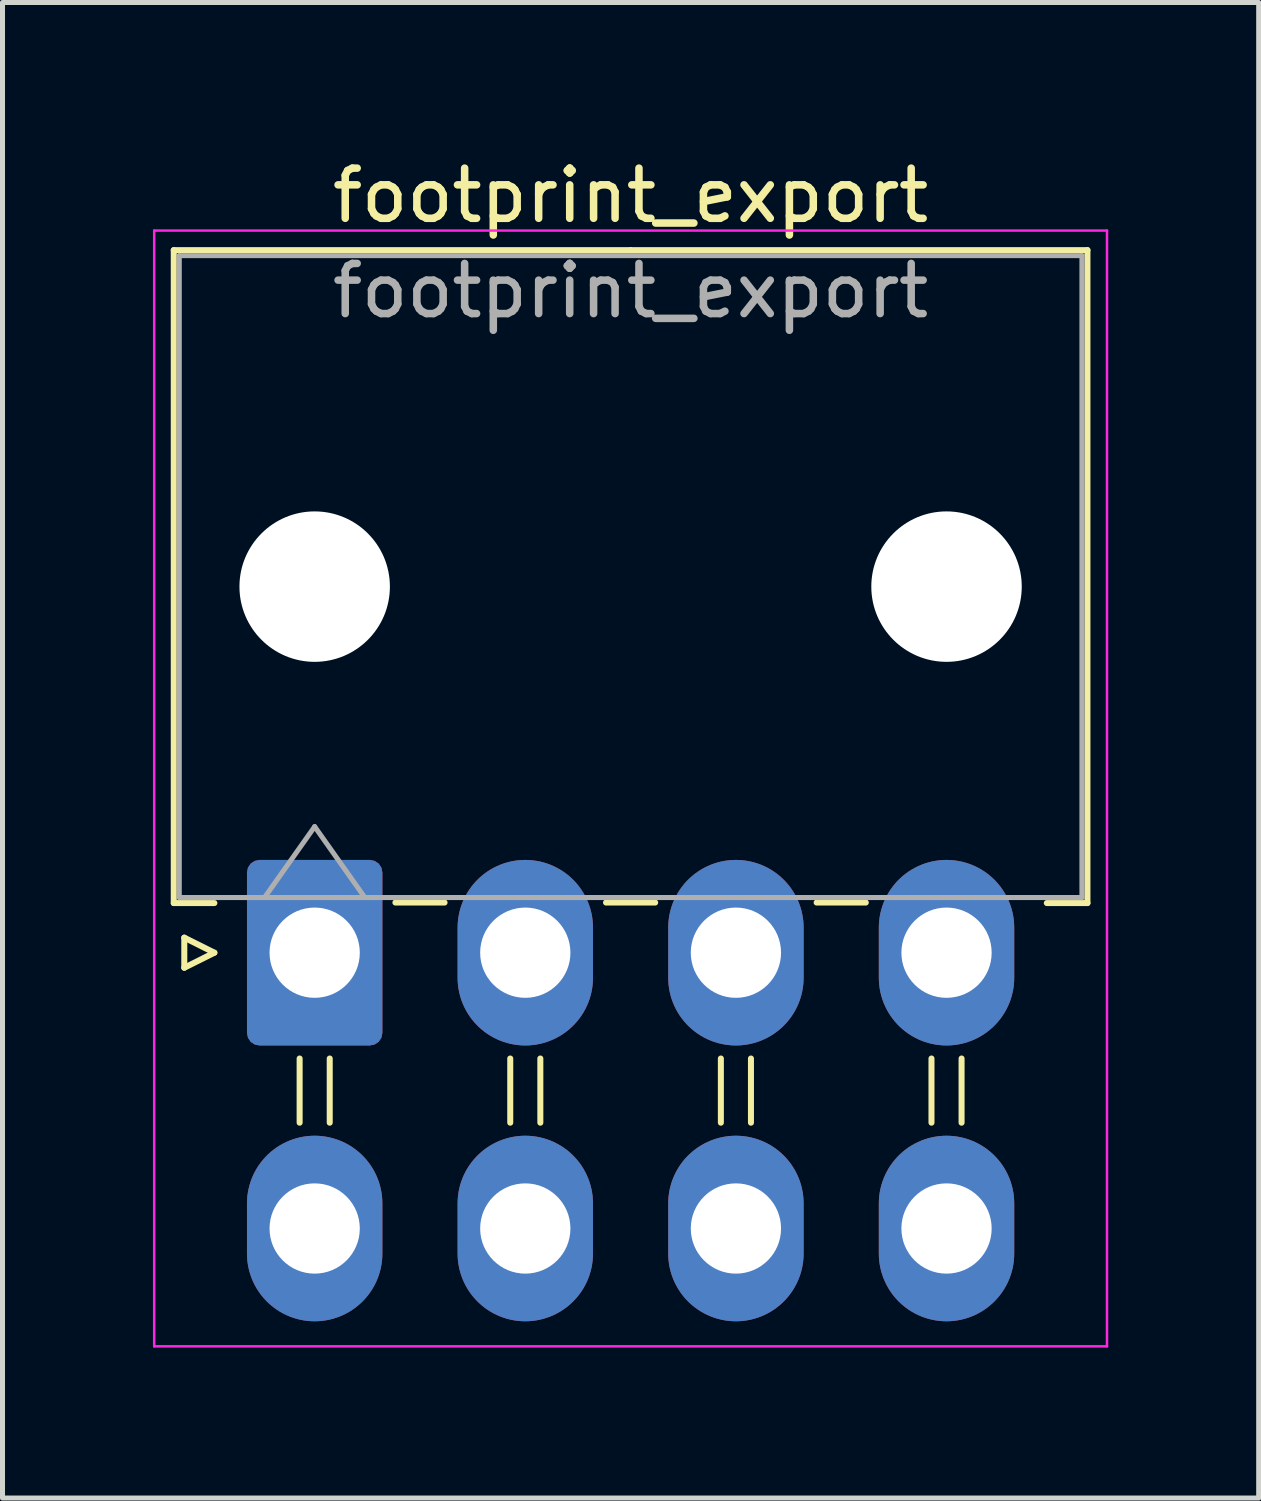
<source format=kicad_pcb>
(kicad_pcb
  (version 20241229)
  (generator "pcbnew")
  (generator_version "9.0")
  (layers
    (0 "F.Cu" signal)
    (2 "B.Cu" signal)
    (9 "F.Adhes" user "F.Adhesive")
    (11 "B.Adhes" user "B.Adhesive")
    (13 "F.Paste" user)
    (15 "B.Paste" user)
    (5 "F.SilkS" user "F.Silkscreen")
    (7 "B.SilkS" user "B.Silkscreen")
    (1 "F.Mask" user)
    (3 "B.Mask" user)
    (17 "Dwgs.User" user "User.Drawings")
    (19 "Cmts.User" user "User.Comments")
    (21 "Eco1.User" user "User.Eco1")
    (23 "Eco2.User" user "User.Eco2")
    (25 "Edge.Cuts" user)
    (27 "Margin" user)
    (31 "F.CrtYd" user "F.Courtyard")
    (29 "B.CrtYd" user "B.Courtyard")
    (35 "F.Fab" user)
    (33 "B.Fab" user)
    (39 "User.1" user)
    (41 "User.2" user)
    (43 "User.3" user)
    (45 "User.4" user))
  (footprint "footprint_export"
    (layer "F.Cu")
    (at 3.225 15.948)
    (property "Reference" "footprint_export" (at 6.3 -15.1 0) (layer "F.SilkS") (effects (font (size 1 1) (thickness 0.15))))
    (attr through_hole)
    (fp_line (start -2.81 -14.01) (end 6.3 -14.01) (stroke (width 0.12) (type solid)) (layer "F.SilkS"))
    (fp_line (start -2.81 -0.99) (end -2.81 -14.01) (stroke (width 0.12) (type solid)) (layer "F.SilkS"))
    (fp_line (start -2.6 -0.3) (end -2 0) (stroke (width 0.12) (type solid)) (layer "F.SilkS"))
    (fp_line (start -2.6 0.3) (end -2.6 -0.3) (stroke (width 0.12) (type solid)) (layer "F.SilkS"))
    (fp_line (start -2 -0.99) (end -2.81 -0.99) (stroke (width 0.12) (type solid)) (layer "F.SilkS"))
    (fp_line (start -2 0) (end -2.6 0.3) (stroke (width 0.12) (type solid)) (layer "F.SilkS"))
    (fp_line (start -0.3 2.11) (end -0.3 3.39) (stroke (width 0.12) (type solid)) (layer "F.SilkS"))
    (fp_line (start 0.3 2.11) (end 0.3 3.39) (stroke (width 0.12) (type solid)) (layer "F.SilkS"))
    (fp_line (start 1.61 -1) (end 2.59 -1) (stroke (width 0.12) (type solid)) (layer "F.SilkS"))
    (fp_line (start 3.9 2.11) (end 3.9 3.39) (stroke (width 0.12) (type solid)) (layer "F.SilkS"))
    (fp_line (start 4.5 2.11) (end 4.5 3.39) (stroke (width 0.12) (type solid)) (layer "F.SilkS"))
    (fp_line (start 5.81 -1) (end 6.79 -1) (stroke (width 0.12) (type solid)) (layer "F.SilkS"))
    (fp_line (start 8.1 2.11) (end 8.1 3.39) (stroke (width 0.12) (type solid)) (layer "F.SilkS"))
    (fp_line (start 8.7 2.11) (end 8.7 3.39) (stroke (width 0.12) (type solid)) (layer "F.SilkS"))
    (fp_line (start 10.01 -1) (end 10.99 -1) (stroke (width 0.12) (type solid)) (layer "F.SilkS"))
    (fp_line (start 12.3 2.11) (end 12.3 3.39) (stroke (width 0.12) (type solid)) (layer "F.SilkS"))
    (fp_line (start 12.9 2.11) (end 12.9 3.39) (stroke (width 0.12) (type solid)) (layer "F.SilkS"))
    (fp_line (start 14.6 -0.99) (end 15.41 -0.99) (stroke (width 0.12) (type solid)) (layer "F.SilkS"))
    (fp_line (start 15.41 -14.01) (end 6.3 -14.01) (stroke (width 0.12) (type solid)) (layer "F.SilkS"))
    (fp_line (start 15.41 -0.99) (end 15.41 -14.01) (stroke (width 0.12) (type solid)) (layer "F.SilkS"))
    (fp_line (start -3.2 -14.4) (end -3.2 7.85) (stroke (width 0.05) (type solid)) (layer "F.CrtYd"))
    (fp_line (start -3.2 7.85) (end 15.8 7.85) (stroke (width 0.05) (type solid)) (layer "F.CrtYd"))
    (fp_line (start 15.8 -14.4) (end -3.2 -14.4) (stroke (width 0.05) (type solid)) (layer "F.CrtYd"))
    (fp_line (start 15.8 7.85) (end 15.8 -14.4) (stroke (width 0.05) (type solid)) (layer "F.CrtYd"))
    (fp_line (start -2.7 -13.9) (end -2.7 -1.1) (stroke (width 0.1) (type solid)) (layer "F.Fab"))
    (fp_line (start -2.7 -1.1) (end 15.3 -1.1) (stroke (width 0.1) (type solid)) (layer "F.Fab"))
    (fp_line (start -1 -1.1) (end 0 -2.514) (stroke (width 0.1) (type solid)) (layer "F.Fab"))
    (fp_line (start 0 -2.514) (end 1 -1.1) (stroke (width 0.1) (type solid)) (layer "F.Fab"))
    (fp_line (start 15.3 -13.9) (end -2.7 -13.9) (stroke (width 0.1) (type solid)) (layer "F.Fab"))
    (fp_line (start 15.3 -1.1) (end 15.3 -13.9) (stroke (width 0.1) (type solid)) (layer "F.Fab"))
    (fp_text user "${REFERENCE}" (at 6.3 -13.2 0) (layer "F.Fab") (effects (font (size 1 1) (thickness 0.15))))
    (pad "" np_thru_hole circle (at 0 -7.3) (size 3 3) (drill 3) (layers "*.Cu" "*.Mask"))
    (pad "" np_thru_hole circle (at 12.6 -7.3) (size 3 3) (drill 3) (layers "*.Cu" "*.Mask"))
    (pad "1" thru_hole roundrect (at 0 0) (size 2.7 3.7) (drill 1.8) (layers "*.Cu" "*.Mask") (roundrect_rratio 0.093))
    (pad "2" thru_hole oval (at 4.2 0) (size 2.7 3.7) (drill 1.8) (layers "*.Cu" "*.Mask"))
    (pad "3" thru_hole oval (at 8.4 0) (size 2.7 3.7) (drill 1.8) (layers "*.Cu" "*.Mask"))
    (pad "4" thru_hole oval (at 12.6 0) (size 2.7 3.7) (drill 1.8) (layers "*.Cu" "*.Mask"))
    (pad "5" thru_hole oval (at 0 5.5) (size 2.7 3.7) (drill 1.8) (layers "*.Cu" "*.Mask"))
    (pad "6" thru_hole oval (at 4.2 5.5) (size 2.7 3.7) (drill 1.8) (layers "*.Cu" "*.Mask"))
    (pad "7" thru_hole oval (at 8.4 5.5) (size 2.7 3.7) (drill 1.8) (layers "*.Cu" "*.Mask"))
    (pad "8" thru_hole oval (at 12.6 5.5) (size 2.7 3.7) (drill 1.8) (layers "*.Cu" "*.Mask")))
  (gr_rect
    (start -3 -3)
    (end 22.05 26.823)
    (stroke (width 0.1) (type default))
    (fill no)
    (layer "Edge.Cuts")))
</source>
